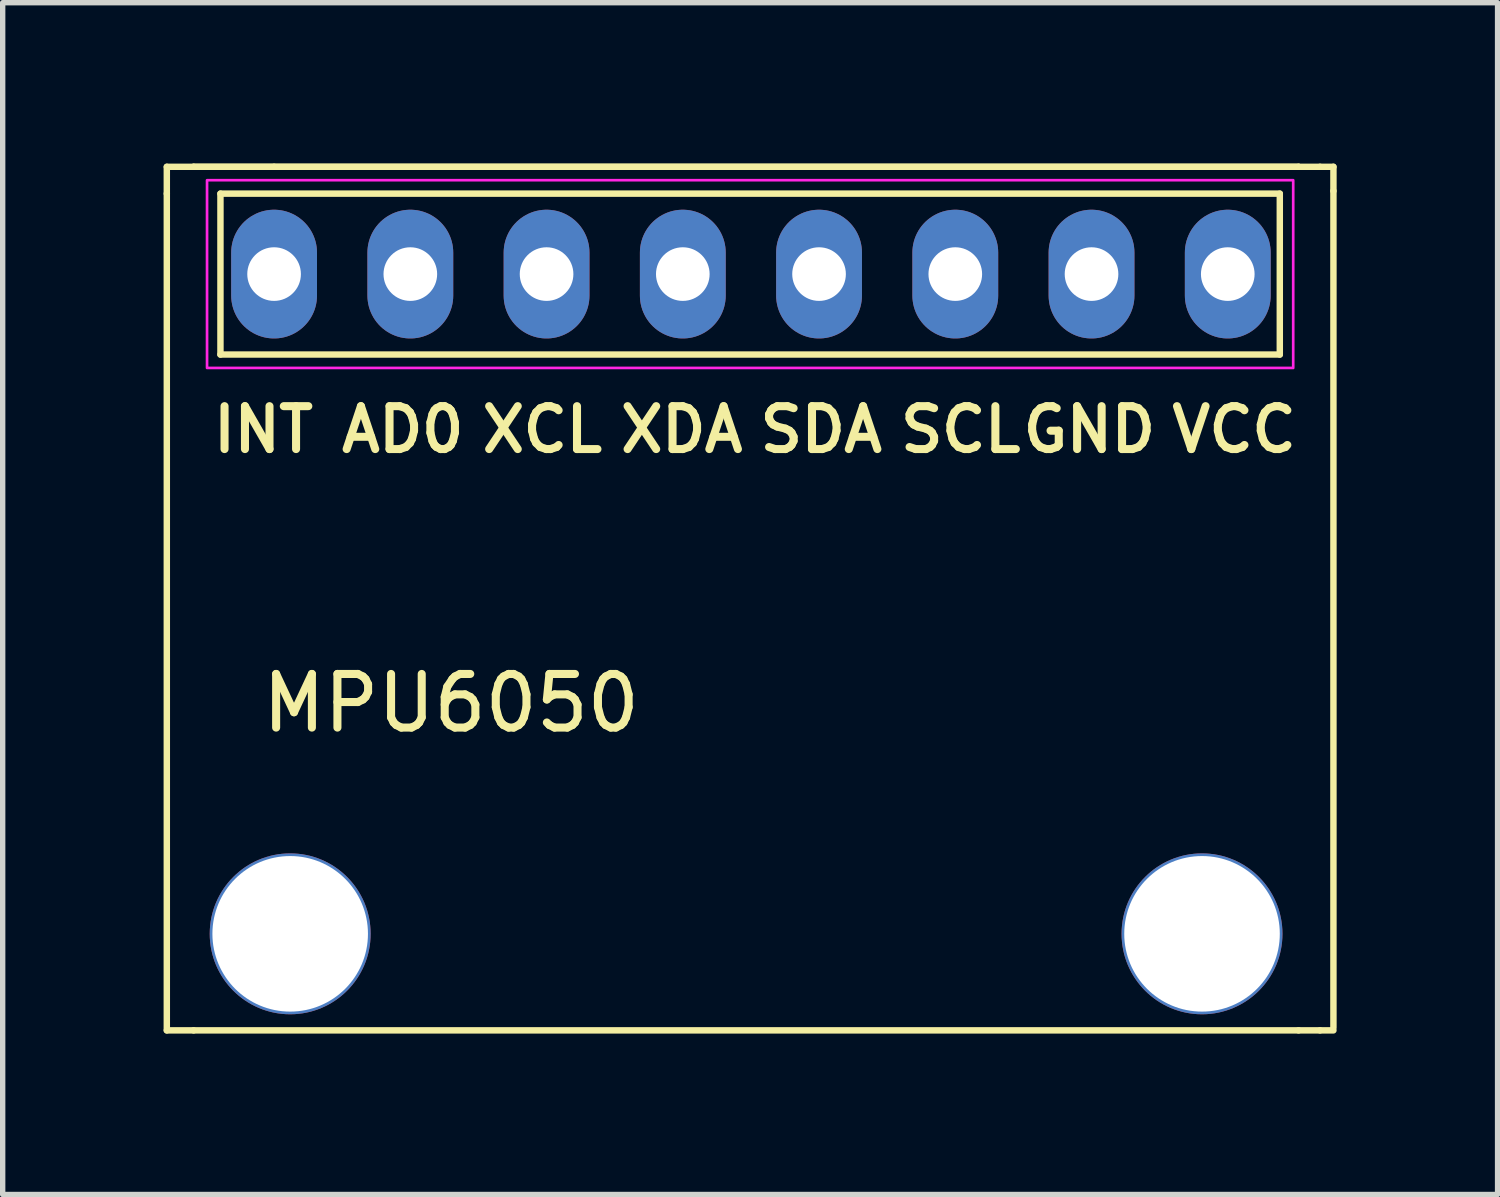
<source format=kicad_pcb>
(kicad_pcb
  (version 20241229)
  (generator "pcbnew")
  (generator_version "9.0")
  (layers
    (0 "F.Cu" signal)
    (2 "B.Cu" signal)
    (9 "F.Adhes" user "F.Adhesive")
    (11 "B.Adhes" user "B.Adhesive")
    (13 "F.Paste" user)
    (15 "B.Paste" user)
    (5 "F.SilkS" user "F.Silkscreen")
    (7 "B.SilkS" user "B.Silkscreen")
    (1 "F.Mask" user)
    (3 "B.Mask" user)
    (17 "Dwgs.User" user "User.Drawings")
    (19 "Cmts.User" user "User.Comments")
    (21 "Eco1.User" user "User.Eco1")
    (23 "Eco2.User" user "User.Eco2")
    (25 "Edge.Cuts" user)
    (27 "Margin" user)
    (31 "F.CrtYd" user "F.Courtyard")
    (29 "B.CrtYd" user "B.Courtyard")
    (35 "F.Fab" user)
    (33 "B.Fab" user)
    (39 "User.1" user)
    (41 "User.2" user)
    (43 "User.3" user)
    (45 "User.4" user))
  (footprint "MPU6050"
    (layer "F.Cu")
    (at 2.06 2.06)
    (property "Reference" "MPU6050" (at 3.3 8 0) (layer "F.SilkS") (effects (font (size 1 1) (thickness 0.15))))
    (attr through_hole)
    (fp_line (start -2 -2) (end -1.5 -2) (stroke (width 0.12) (type solid)) (layer "F.SilkS"))
    (fp_line (start -2 -1.5) (end -2 -2) (stroke (width 0.12) (type solid)) (layer "F.SilkS"))
    (fp_line (start -2 -1.5) (end -2 14.1) (stroke (width 0.12) (type solid)) (layer "F.SilkS"))
    (fp_line (start -2 14.1) (end -1.5 14.1) (stroke (width 0.12) (type solid)) (layer "F.SilkS"))
    (fp_line (start -1.5 -2) (end 19.1 -2) (stroke (width 0.12) (type solid)) (layer "F.SilkS"))
    (fp_line (start -1.5 14.1) (end 19.1 14.1) (stroke (width 0.12) (type solid)) (layer "F.SilkS"))
    (fp_line (start -1 1.5) (end -1 -1.5) (stroke (width 0.12) (type solid)) (layer "F.SilkS"))
    (fp_line (start -1 1.5) (end 18.75 1.5) (stroke (width 0.12) (type solid)) (layer "F.SilkS"))
    (fp_line (start 0 -2) (end -1.5 -2) (stroke (width 0.12) (type solid)) (layer "F.SilkS"))
    (fp_line (start 0 -2) (end 19.1 -2) (stroke (width 0.12) (type solid)) (layer "F.SilkS"))
    (fp_line (start 18.75 -1.5) (end -1 -1.5) (stroke (width 0.12) (type solid)) (layer "F.SilkS"))
    (fp_line (start 18.75 1.5) (end 18.75 -1.5) (stroke (width 0.12) (type solid)) (layer "F.SilkS"))
    (fp_line (start 19.1 -2) (end 19.5 -2) (stroke (width 0.12) (type solid)) (layer "F.SilkS"))
    (fp_line (start 19.1 14.1) (end 19.5 14.1) (stroke (width 0.12) (type solid)) (layer "F.SilkS"))
    (fp_line (start 19.5 -2) (end 19.75 -2) (stroke (width 0.12) (type solid)) (layer "F.SilkS"))
    (fp_line (start 19.5 14.1) (end 19.75 14.1) (stroke (width 0.12) (type solid)) (layer "F.SilkS"))
    (fp_line (start 19.75 -2) (end 19.75 -1.55) (stroke (width 0.12) (type solid)) (layer "F.SilkS"))
    (fp_line (start 19.75 -1.55) (end 19.75 14.05) (stroke (width 0.12) (type solid)) (layer "F.SilkS"))
    (fp_rect (start -1.25 -1.75) (end 19 1.75) (stroke (width 0.05) (type solid)) (fill no) (layer "F.CrtYd"))
    (fp_text user "SDA" (at 10.2 2.9 0) (layer "F.SilkS") (effects (font (size 0.8 0.8) (thickness 0.15))))
    (fp_text user "INT" (at -0.2 2.9 0) (layer "F.SilkS") (effects (font (size 0.8 0.8) (thickness 0.15))))
    (fp_text user "AD0" (at 2.4 2.9 0) (layer "F.SilkS") (effects (font (size 0.8 0.8) (thickness 0.15))))
    (fp_text user "XDA" (at 7.6 2.9 0) (layer "F.SilkS") (effects (font (size 0.8 0.8) (thickness 0.15))))
    (fp_text user "SCL" (at 12.8 2.9 0) (layer "F.SilkS") (effects (font (size 0.8 0.8) (thickness 0.15))))
    (fp_text user "XCL" (at 5 2.9 0) (layer "F.SilkS") (effects (font (size 0.8 0.8) (thickness 0.15))))
    (fp_text user "VCC" (at 17.9 2.9 180) (layer "F.SilkS") (effects (font (size 0.8 0.8) (thickness 0.15))))
    (fp_text user "GND" (at 15.2 2.9 0) (layer "F.SilkS") (effects (font (size 0.8 0.8) (thickness 0.15))))
    (pad "" thru_hole circle (at 0.3 12.3) (size 3 3) (drill 2.9) (layers "*.Cu" "*.Mask"))
    (pad "" thru_hole circle (at 17.3 12.3) (size 3 3) (drill 2.9) (layers "*.Cu" "*.Mask"))
    (pad "1" thru_hole oval (at 0 0) (size 1.6 2.4) (drill 1) (layers "*.Cu" "*.Mask"))
    (pad "2" thru_hole oval (at 2.54 0) (size 1.6 2.4) (drill 1) (layers "*.Cu" "*.Mask"))
    (pad "3" thru_hole oval (at 5.08 0) (size 1.6 2.4) (drill 1) (layers "*.Cu" "*.Mask"))
    (pad "4" thru_hole oval (at 7.62 0) (size 1.6 2.4) (drill 1) (layers "*.Cu" "*.Mask"))
    (pad "5" thru_hole oval (at 10.16 0) (size 1.6 2.4) (drill 1) (layers "*.Cu" "*.Mask"))
    (pad "6" thru_hole oval (at 12.7 0) (size 1.6 2.4) (drill 1) (layers "*.Cu" "*.Mask"))
    (pad "7" thru_hole oval (at 15.24 0) (size 1.6 2.4) (drill 1) (layers "*.Cu" "*.Mask"))
    (pad "8" thru_hole oval (at 17.78 0) (size 1.6 2.4) (drill 1) (layers "*.Cu" "*.Mask")))
  (gr_rect
    (start -3 -3)
    (end 24.87 19.22)
    (stroke (width 0.1) (type default))
    (fill no)
    (layer "Edge.Cuts")))
</source>
